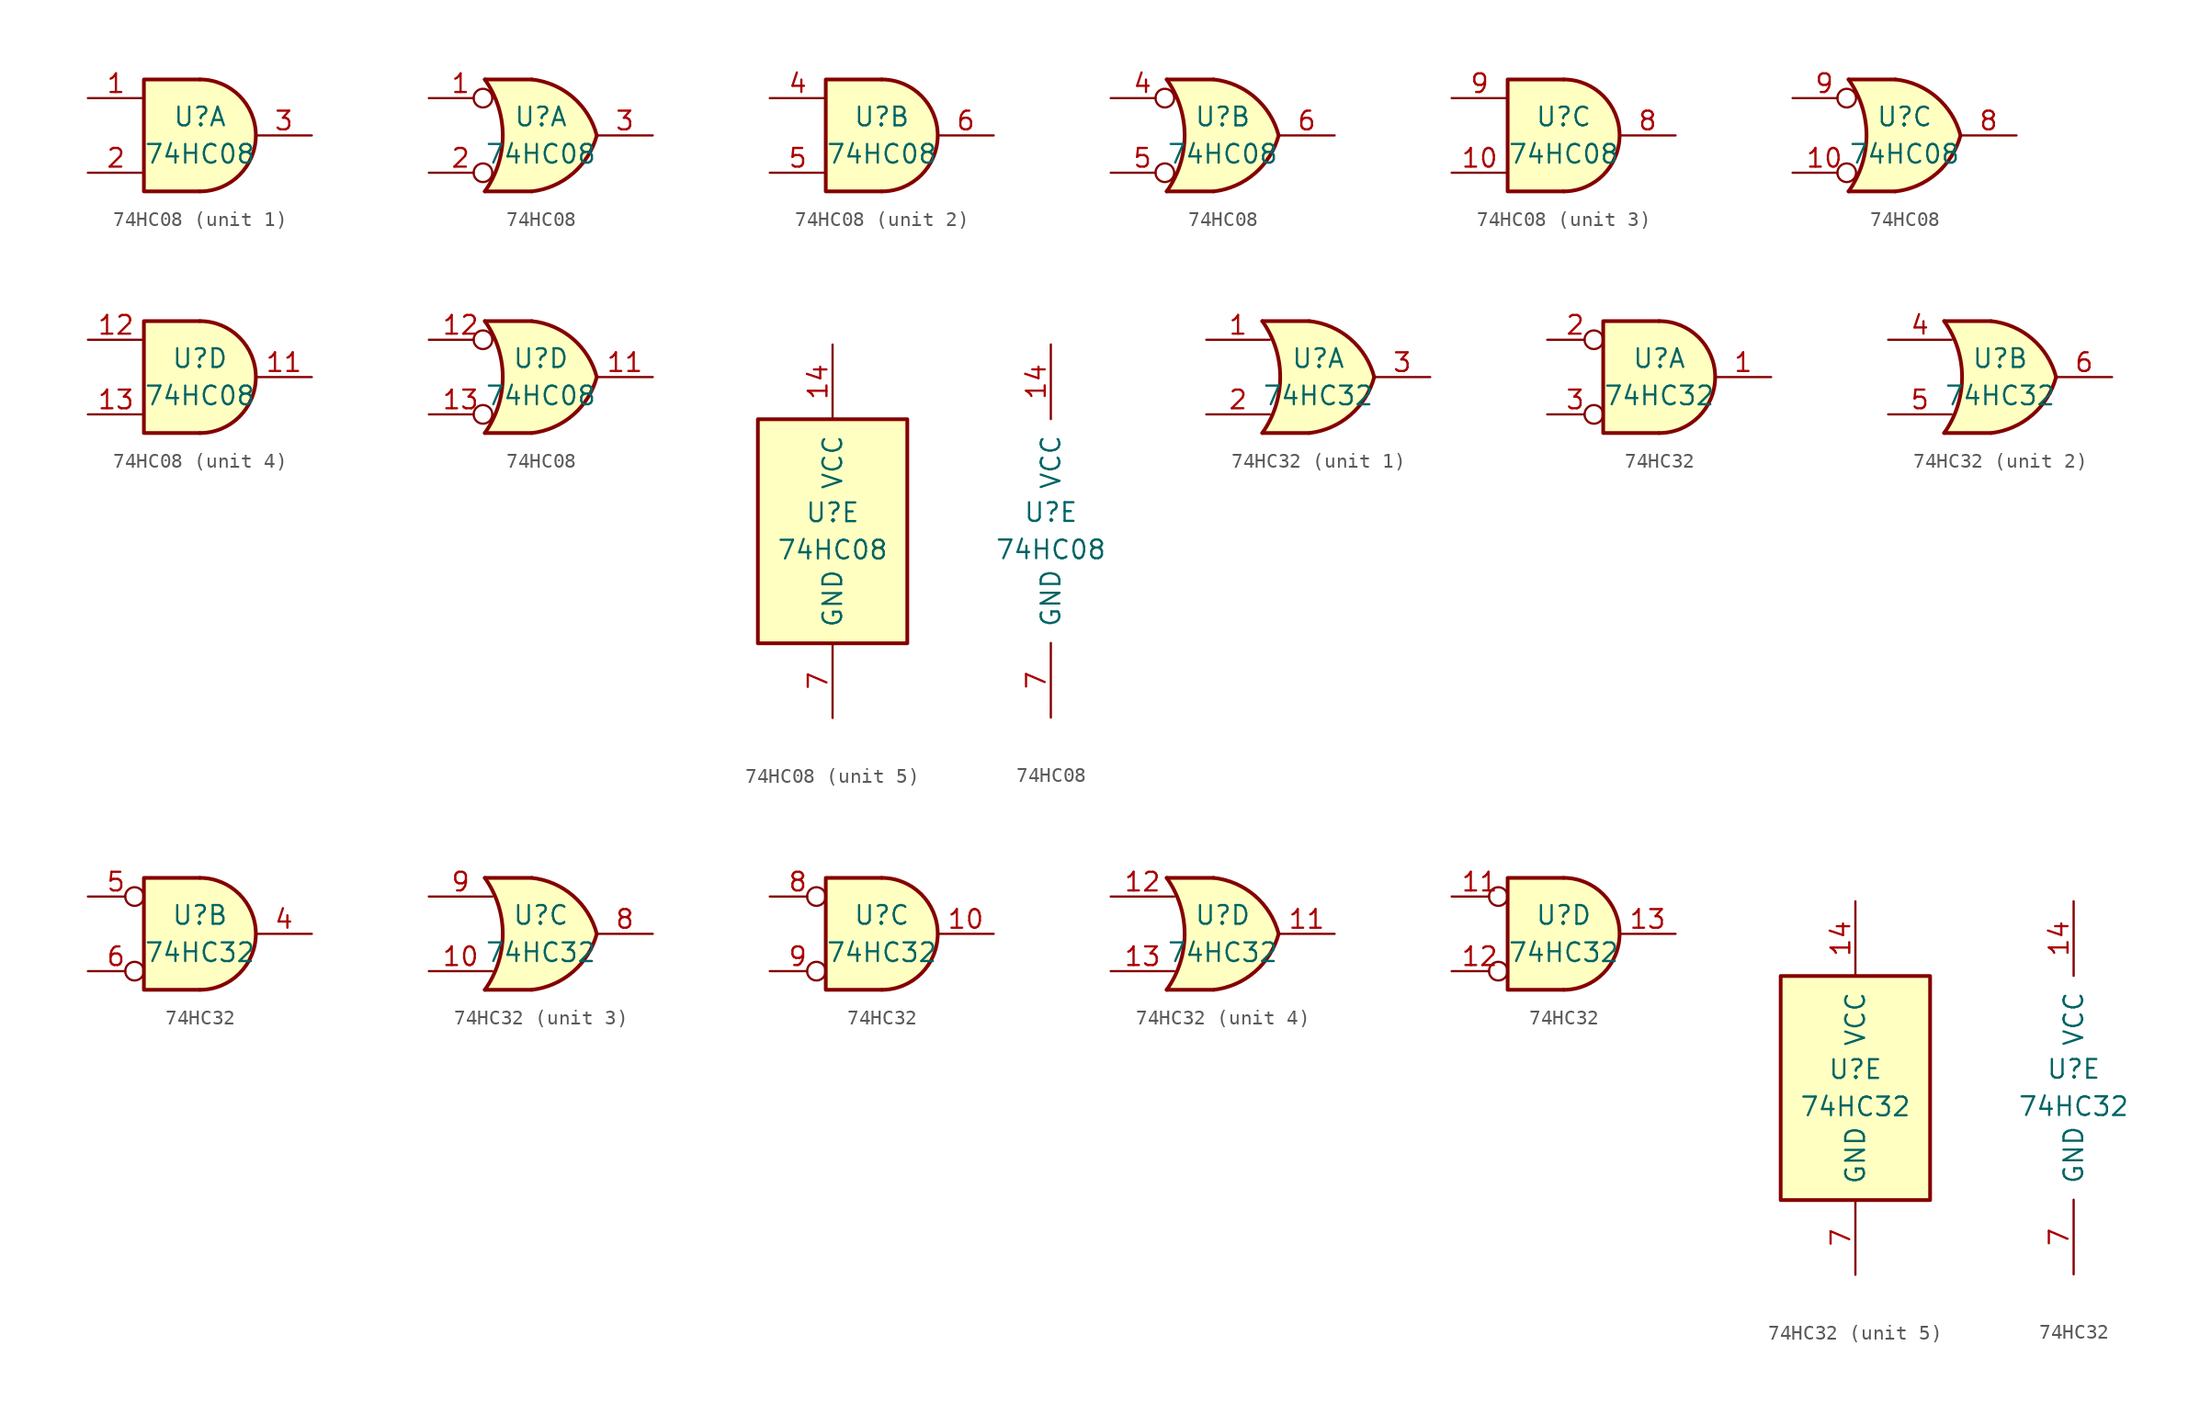
<source format=kicad_sym>
(kicad_symbol_lib
  (version 20220914)
  (generator kicad_symbol_editor)
  (symbol "74HC08"
    (pin_names
      (offset 1.016))
    (property "Reference" "U"
      (at 0 1.27 0)
      (effects (font (size 1.27 1.27))))
    (property "Value" "74HC08"
      (at 0 -1.27 0)
      (effects (font (size 1.27 1.27))))
    (property "ki_locked" ""
      (at 0 0 0)
      (effects (font (size 1.27 1.27))))
    (symbol "74HC08_1_1"
      (arc (start 0 -3.81) (mid 3.7934 0) (end 0 3.81) (stroke (width 0.254) (type solid)) (fill (type background)))
      (polyline (pts (xy 0 3.81) (xy -3.81 3.81) (xy -3.81 -3.81) (xy 0 -3.81)) (stroke (width 0.254) (type solid)) (fill (type background)))
      (pin input line (at -7.62 2.54 0) (length 3.81) (name "~" (effects (font (size 1.27 1.27)))) (number "1" (effects (font (size 1.27 1.27)))))
      (pin input line (at -7.62 -2.54 0) (length 3.81) (name "~" (effects (font (size 1.27 1.27)))) (number "2" (effects (font (size 1.27 1.27)))))
      (pin output line (at 7.62 0 180) (length 3.81) (name "~" (effects (font (size 1.27 1.27)))) (number "3" (effects (font (size 1.27 1.27))))))
    (symbol "74HC08_1_2"
      (arc (start -3.81 -3.81) (mid -2.589 0) (end -3.81 3.81) (stroke (width 0.254) (type solid)) (fill (type none)))
      (arc (start -0.6096 -3.81) (mid 2.1842 -2.5851) (end 3.81 0) (stroke (width 0.254) (type solid)) (fill (type background)))
      (polyline (pts (xy -3.81 -3.81) (xy -0.635 -3.81)) (stroke (width 0.254) (type solid)) (fill (type background)))
      (polyline (pts (xy -3.81 3.81) (xy -0.635 3.81)) (stroke (width 0.254) (type solid)) (fill (type background)))
      (polyline (pts (xy -0.635 3.81) (xy -3.81 3.81) (xy -3.81 3.81) (xy -3.556 3.404) (xy -3.023 2.261) (xy -2.692 1.041) (xy -2.616 -0.254) (xy -2.769 -1.499) (xy -3.175 -2.718) (xy -3.81 -3.81) (xy -3.81 -3.81) (xy -0.635 -3.81)) (stroke (width -25.4) (type solid)) (fill (type background)))
      (arc (start 3.81 0) (mid 2.1915 2.5936) (end -0.6096 3.81) (stroke (width 0.254) (type solid)) (fill (type background)))
      (pin input inverted (at -7.62 2.54 0) (length 4.318) (name "~" (effects (font (size 1.27 1.27)))) (number "1" (effects (font (size 1.27 1.27)))))
      (pin input inverted (at -7.62 -2.54 0) (length 4.318) (name "~" (effects (font (size 1.27 1.27)))) (number "2" (effects (font (size 1.27 1.27)))))
      (pin output line (at 7.62 0 180) (length 3.81) (name "~" (effects (font (size 1.27 1.27)))) (number "3" (effects (font (size 1.27 1.27))))))
    (symbol "74HC08_2_1"
      (arc (start 0 -3.81) (mid 3.7934 0) (end 0 3.81) (stroke (width 0.254) (type solid)) (fill (type background)))
      (polyline (pts (xy 0 3.81) (xy -3.81 3.81) (xy -3.81 -3.81) (xy 0 -3.81)) (stroke (width 0.254) (type solid)) (fill (type background)))
      (pin input line (at -7.62 2.54 0) (length 3.81) (name "~" (effects (font (size 1.27 1.27)))) (number "4" (effects (font (size 1.27 1.27)))))
      (pin input line (at -7.62 -2.54 0) (length 3.81) (name "~" (effects (font (size 1.27 1.27)))) (number "5" (effects (font (size 1.27 1.27)))))
      (pin output line (at 7.62 0 180) (length 3.81) (name "~" (effects (font (size 1.27 1.27)))) (number "6" (effects (font (size 1.27 1.27))))))
    (symbol "74HC08_2_2"
      (arc (start -3.81 -3.81) (mid -2.589 0) (end -3.81 3.81) (stroke (width 0.254) (type solid)) (fill (type none)))
      (arc (start -0.6096 -3.81) (mid 2.1842 -2.5851) (end 3.81 0) (stroke (width 0.254) (type solid)) (fill (type background)))
      (polyline (pts (xy -3.81 -3.81) (xy -0.635 -3.81)) (stroke (width 0.254) (type solid)) (fill (type background)))
      (polyline (pts (xy -3.81 3.81) (xy -0.635 3.81)) (stroke (width 0.254) (type solid)) (fill (type background)))
      (polyline (pts (xy -0.635 3.81) (xy -3.81 3.81) (xy -3.81 3.81) (xy -3.556 3.404) (xy -3.023 2.261) (xy -2.692 1.041) (xy -2.616 -0.254) (xy -2.769 -1.499) (xy -3.175 -2.718) (xy -3.81 -3.81) (xy -3.81 -3.81) (xy -0.635 -3.81)) (stroke (width -25.4) (type solid)) (fill (type background)))
      (arc (start 3.81 0) (mid 2.1915 2.5936) (end -0.6096 3.81) (stroke (width 0.254) (type solid)) (fill (type background)))
      (pin input inverted (at -7.62 2.54 0) (length 4.318) (name "~" (effects (font (size 1.27 1.27)))) (number "4" (effects (font (size 1.27 1.27)))))
      (pin input inverted (at -7.62 -2.54 0) (length 4.318) (name "~" (effects (font (size 1.27 1.27)))) (number "5" (effects (font (size 1.27 1.27)))))
      (pin output line (at 7.62 0 180) (length 3.81) (name "~" (effects (font (size 1.27 1.27)))) (number "6" (effects (font (size 1.27 1.27))))))
    (symbol "74HC08_3_1"
      (arc (start 0 -3.81) (mid 3.7934 0) (end 0 3.81) (stroke (width 0.254) (type solid)) (fill (type background)))
      (polyline (pts (xy 0 3.81) (xy -3.81 3.81) (xy -3.81 -3.81) (xy 0 -3.81)) (stroke (width 0.254) (type solid)) (fill (type background)))
      (pin input line (at -7.62 -2.54 0) (length 3.81) (name "~" (effects (font (size 1.27 1.27)))) (number "10" (effects (font (size 1.27 1.27)))))
      (pin output line (at 7.62 0 180) (length 3.81) (name "~" (effects (font (size 1.27 1.27)))) (number "8" (effects (font (size 1.27 1.27)))))
      (pin input line (at -7.62 2.54 0) (length 3.81) (name "~" (effects (font (size 1.27 1.27)))) (number "9" (effects (font (size 1.27 1.27))))))
    (symbol "74HC08_3_2"
      (arc (start -3.81 -3.81) (mid -2.589 0) (end -3.81 3.81) (stroke (width 0.254) (type solid)) (fill (type none)))
      (arc (start -0.6096 -3.81) (mid 2.1842 -2.5851) (end 3.81 0) (stroke (width 0.254) (type solid)) (fill (type background)))
      (polyline (pts (xy -3.81 -3.81) (xy -0.635 -3.81)) (stroke (width 0.254) (type solid)) (fill (type background)))
      (polyline (pts (xy -3.81 3.81) (xy -0.635 3.81)) (stroke (width 0.254) (type solid)) (fill (type background)))
      (polyline (pts (xy -0.635 3.81) (xy -3.81 3.81) (xy -3.81 3.81) (xy -3.556 3.404) (xy -3.023 2.261) (xy -2.692 1.041) (xy -2.616 -0.254) (xy -2.769 -1.499) (xy -3.175 -2.718) (xy -3.81 -3.81) (xy -3.81 -3.81) (xy -0.635 -3.81)) (stroke (width -25.4) (type solid)) (fill (type background)))
      (arc (start 3.81 0) (mid 2.1915 2.5936) (end -0.6096 3.81) (stroke (width 0.254) (type solid)) (fill (type background)))
      (pin input inverted (at -7.62 -2.54 0) (length 4.318) (name "~" (effects (font (size 1.27 1.27)))) (number "10" (effects (font (size 1.27 1.27)))))
      (pin output line (at 7.62 0 180) (length 3.81) (name "~" (effects (font (size 1.27 1.27)))) (number "8" (effects (font (size 1.27 1.27)))))
      (pin input inverted (at -7.62 2.54 0) (length 4.318) (name "~" (effects (font (size 1.27 1.27)))) (number "9" (effects (font (size 1.27 1.27))))))
    (symbol "74HC08_4_1"
      (arc (start 0 -3.81) (mid 3.7934 0) (end 0 3.81) (stroke (width 0.254) (type solid)) (fill (type background)))
      (polyline (pts (xy 0 3.81) (xy -3.81 3.81) (xy -3.81 -3.81) (xy 0 -3.81)) (stroke (width 0.254) (type solid)) (fill (type background)))
      (pin output line (at 7.62 0 180) (length 3.81) (name "~" (effects (font (size 1.27 1.27)))) (number "11" (effects (font (size 1.27 1.27)))))
      (pin input line (at -7.62 2.54 0) (length 3.81) (name "~" (effects (font (size 1.27 1.27)))) (number "12" (effects (font (size 1.27 1.27)))))
      (pin input line (at -7.62 -2.54 0) (length 3.81) (name "~" (effects (font (size 1.27 1.27)))) (number "13" (effects (font (size 1.27 1.27))))))
    (symbol "74HC08_4_2"
      (arc (start -3.81 -3.81) (mid -2.589 0) (end -3.81 3.81) (stroke (width 0.254) (type solid)) (fill (type none)))
      (arc (start -0.6096 -3.81) (mid 2.1842 -2.5851) (end 3.81 0) (stroke (width 0.254) (type solid)) (fill (type background)))
      (polyline (pts (xy -3.81 -3.81) (xy -0.635 -3.81)) (stroke (width 0.254) (type solid)) (fill (type background)))
      (polyline (pts (xy -3.81 3.81) (xy -0.635 3.81)) (stroke (width 0.254) (type solid)) (fill (type background)))
      (polyline (pts (xy -0.635 3.81) (xy -3.81 3.81) (xy -3.81 3.81) (xy -3.556 3.404) (xy -3.023 2.261) (xy -2.692 1.041) (xy -2.616 -0.254) (xy -2.769 -1.499) (xy -3.175 -2.718) (xy -3.81 -3.81) (xy -3.81 -3.81) (xy -0.635 -3.81)) (stroke (width -25.4) (type solid)) (fill (type background)))
      (arc (start 3.81 0) (mid 2.1915 2.5936) (end -0.6096 3.81) (stroke (width 0.254) (type solid)) (fill (type background)))
      (pin output line (at 7.62 0 180) (length 3.81) (name "~" (effects (font (size 1.27 1.27)))) (number "11" (effects (font (size 1.27 1.27)))))
      (pin input inverted (at -7.62 2.54 0) (length 4.318) (name "~" (effects (font (size 1.27 1.27)))) (number "12" (effects (font (size 1.27 1.27)))))
      (pin input inverted (at -7.62 -2.54 0) (length 4.318) (name "~" (effects (font (size 1.27 1.27)))) (number "13" (effects (font (size 1.27 1.27))))))
    (symbol "74HC08_5_0"
      (pin power_in line (at 0 12.7 270) (length 5.08) (name "VCC" (effects (font (size 1.27 1.27)))) (number "14" (effects (font (size 1.27 1.27)))))
      (pin power_in line (at 0 -12.7 90) (length 5.08) (name "GND" (effects (font (size 1.27 1.27)))) (number "7" (effects (font (size 1.27 1.27))))))
    (symbol "74HC08_5_1"
      (rectangle (start -5.08 7.62) (end 5.08 -7.62) (stroke (width 0.254) (type solid)) (fill (type background)))))
  (symbol "74HC32"
    (pin_names
      (offset 1.016))
    (property "Reference" "U"
      (at 0 1.27 0)
      (effects (font (size 1.27 1.27))))
    (property "Value" "74HC32"
      (at 0 -1.27 0)
      (effects (font (size 1.27 1.27))))
    (property "ki_locked" ""
      (at 0 0 0)
      (effects (font (size 1.27 1.27))))
    (symbol "74HC32_1_1"
      (arc (start -3.81 -3.81) (mid -2.589 0) (end -3.81 3.81) (stroke (width 0.254) (type solid)) (fill (type none)))
      (arc (start -0.6096 -3.81) (mid 2.1842 -2.5851) (end 3.81 0) (stroke (width 0.254) (type solid)) (fill (type background)))
      (polyline (pts (xy -3.81 -3.81) (xy -0.635 -3.81)) (stroke (width 0.254) (type solid)) (fill (type background)))
      (polyline (pts (xy -3.81 3.81) (xy -0.635 3.81)) (stroke (width 0.254) (type solid)) (fill (type background)))
      (polyline (pts (xy -0.635 3.81) (xy -3.81 3.81) (xy -3.81 3.81) (xy -3.556 3.404) (xy -3.023 2.261) (xy -2.692 1.041) (xy -2.616 -0.254) (xy -2.769 -1.499) (xy -3.175 -2.718) (xy -3.81 -3.81) (xy -3.81 -3.81) (xy -0.635 -3.81)) (stroke (width -25.4) (type solid)) (fill (type background)))
      (arc (start 3.81 0) (mid 2.1915 2.5936) (end -0.6096 3.81) (stroke (width 0.254) (type solid)) (fill (type background)))
      (pin input line (at -7.62 2.54 0) (length 4.318) (name "~" (effects (font (size 1.27 1.27)))) (number "1" (effects (font (size 1.27 1.27)))))
      (pin input line (at -7.62 -2.54 0) (length 4.318) (name "~" (effects (font (size 1.27 1.27)))) (number "2" (effects (font (size 1.27 1.27)))))
      (pin output line (at 7.62 0 180) (length 3.81) (name "~" (effects (font (size 1.27 1.27)))) (number "3" (effects (font (size 1.27 1.27))))))
    (symbol "74HC32_1_2"
      (arc (start 0 -3.81) (mid 3.7934 0) (end 0 3.81) (stroke (width 0.254) (type solid)) (fill (type background)))
      (polyline (pts (xy 0 3.81) (xy -3.81 3.81) (xy -3.81 -3.81) (xy 0 -3.81)) (stroke (width 0.254) (type solid)) (fill (type background)))
      (pin output line (at 7.62 0 180) (length 3.81) (name "~" (effects (font (size 1.27 1.27)))) (number "1" (effects (font (size 1.27 1.27)))))
      (pin input inverted (at -7.62 2.54 0) (length 3.81) (name "~" (effects (font (size 1.27 1.27)))) (number "2" (effects (font (size 1.27 1.27)))))
      (pin input inverted (at -7.62 -2.54 0) (length 3.81) (name "~" (effects (font (size 1.27 1.27)))) (number "3" (effects (font (size 1.27 1.27))))))
    (symbol "74HC32_2_1"
      (arc (start -3.81 -3.81) (mid -2.589 0) (end -3.81 3.81) (stroke (width 0.254) (type solid)) (fill (type none)))
      (arc (start -0.6096 -3.81) (mid 2.1842 -2.5851) (end 3.81 0) (stroke (width 0.254) (type solid)) (fill (type background)))
      (polyline (pts (xy -3.81 -3.81) (xy -0.635 -3.81)) (stroke (width 0.254) (type solid)) (fill (type background)))
      (polyline (pts (xy -3.81 3.81) (xy -0.635 3.81)) (stroke (width 0.254) (type solid)) (fill (type background)))
      (polyline (pts (xy -0.635 3.81) (xy -3.81 3.81) (xy -3.81 3.81) (xy -3.556 3.404) (xy -3.023 2.261) (xy -2.692 1.041) (xy -2.616 -0.254) (xy -2.769 -1.499) (xy -3.175 -2.718) (xy -3.81 -3.81) (xy -3.81 -3.81) (xy -0.635 -3.81)) (stroke (width -25.4) (type solid)) (fill (type background)))
      (arc (start 3.81 0) (mid 2.1915 2.5936) (end -0.6096 3.81) (stroke (width 0.254) (type solid)) (fill (type background)))
      (pin input line (at -7.62 2.54 0) (length 4.318) (name "~" (effects (font (size 1.27 1.27)))) (number "4" (effects (font (size 1.27 1.27)))))
      (pin input line (at -7.62 -2.54 0) (length 4.318) (name "~" (effects (font (size 1.27 1.27)))) (number "5" (effects (font (size 1.27 1.27)))))
      (pin output line (at 7.62 0 180) (length 3.81) (name "~" (effects (font (size 1.27 1.27)))) (number "6" (effects (font (size 1.27 1.27))))))
    (symbol "74HC32_2_2"
      (arc (start 0 -3.81) (mid 3.7934 0) (end 0 3.81) (stroke (width 0.254) (type solid)) (fill (type background)))
      (polyline (pts (xy 0 3.81) (xy -3.81 3.81) (xy -3.81 -3.81) (xy 0 -3.81)) (stroke (width 0.254) (type solid)) (fill (type background)))
      (pin output line (at 7.62 0 180) (length 3.81) (name "~" (effects (font (size 1.27 1.27)))) (number "4" (effects (font (size 1.27 1.27)))))
      (pin input inverted (at -7.62 2.54 0) (length 3.81) (name "~" (effects (font (size 1.27 1.27)))) (number "5" (effects (font (size 1.27 1.27)))))
      (pin input inverted (at -7.62 -2.54 0) (length 3.81) (name "~" (effects (font (size 1.27 1.27)))) (number "6" (effects (font (size 1.27 1.27))))))
    (symbol "74HC32_3_1"
      (arc (start -3.81 -3.81) (mid -2.589 0) (end -3.81 3.81) (stroke (width 0.254) (type solid)) (fill (type none)))
      (arc (start -0.6096 -3.81) (mid 2.1842 -2.5851) (end 3.81 0) (stroke (width 0.254) (type solid)) (fill (type background)))
      (polyline (pts (xy -3.81 -3.81) (xy -0.635 -3.81)) (stroke (width 0.254) (type solid)) (fill (type background)))
      (polyline (pts (xy -3.81 3.81) (xy -0.635 3.81)) (stroke (width 0.254) (type solid)) (fill (type background)))
      (polyline (pts (xy -0.635 3.81) (xy -3.81 3.81) (xy -3.81 3.81) (xy -3.556 3.404) (xy -3.023 2.261) (xy -2.692 1.041) (xy -2.616 -0.254) (xy -2.769 -1.499) (xy -3.175 -2.718) (xy -3.81 -3.81) (xy -3.81 -3.81) (xy -0.635 -3.81)) (stroke (width -25.4) (type solid)) (fill (type background)))
      (arc (start 3.81 0) (mid 2.1915 2.5936) (end -0.6096 3.81) (stroke (width 0.254) (type solid)) (fill (type background)))
      (pin input line (at -7.62 -2.54 0) (length 4.318) (name "~" (effects (font (size 1.27 1.27)))) (number "10" (effects (font (size 1.27 1.27)))))
      (pin output line (at 7.62 0 180) (length 3.81) (name "~" (effects (font (size 1.27 1.27)))) (number "8" (effects (font (size 1.27 1.27)))))
      (pin input line (at -7.62 2.54 0) (length 4.318) (name "~" (effects (font (size 1.27 1.27)))) (number "9" (effects (font (size 1.27 1.27))))))
    (symbol "74HC32_3_2"
      (arc (start 0 -3.81) (mid 3.7934 0) (end 0 3.81) (stroke (width 0.254) (type solid)) (fill (type background)))
      (polyline (pts (xy 0 3.81) (xy -3.81 3.81) (xy -3.81 -3.81) (xy 0 -3.81)) (stroke (width 0.254) (type solid)) (fill (type background)))
      (pin output line (at 7.62 0 180) (length 3.81) (name "~" (effects (font (size 1.27 1.27)))) (number "10" (effects (font (size 1.27 1.27)))))
      (pin input inverted (at -7.62 2.54 0) (length 3.81) (name "~" (effects (font (size 1.27 1.27)))) (number "8" (effects (font (size 1.27 1.27)))))
      (pin input inverted (at -7.62 -2.54 0) (length 3.81) (name "~" (effects (font (size 1.27 1.27)))) (number "9" (effects (font (size 1.27 1.27))))))
    (symbol "74HC32_4_1"
      (arc (start -3.81 -3.81) (mid -2.589 0) (end -3.81 3.81) (stroke (width 0.254) (type solid)) (fill (type none)))
      (arc (start -0.6096 -3.81) (mid 2.1842 -2.5851) (end 3.81 0) (stroke (width 0.254) (type solid)) (fill (type background)))
      (polyline (pts (xy -3.81 -3.81) (xy -0.635 -3.81)) (stroke (width 0.254) (type solid)) (fill (type background)))
      (polyline (pts (xy -3.81 3.81) (xy -0.635 3.81)) (stroke (width 0.254) (type solid)) (fill (type background)))
      (polyline (pts (xy -0.635 3.81) (xy -3.81 3.81) (xy -3.81 3.81) (xy -3.556 3.404) (xy -3.023 2.261) (xy -2.692 1.041) (xy -2.616 -0.254) (xy -2.769 -1.499) (xy -3.175 -2.718) (xy -3.81 -3.81) (xy -3.81 -3.81) (xy -0.635 -3.81)) (stroke (width -25.4) (type solid)) (fill (type background)))
      (arc (start 3.81 0) (mid 2.1915 2.5936) (end -0.6096 3.81) (stroke (width 0.254) (type solid)) (fill (type background)))
      (pin output line (at 7.62 0 180) (length 3.81) (name "~" (effects (font (size 1.27 1.27)))) (number "11" (effects (font (size 1.27 1.27)))))
      (pin input line (at -7.62 2.54 0) (length 4.318) (name "~" (effects (font (size 1.27 1.27)))) (number "12" (effects (font (size 1.27 1.27)))))
      (pin input line (at -7.62 -2.54 0) (length 4.318) (name "~" (effects (font (size 1.27 1.27)))) (number "13" (effects (font (size 1.27 1.27))))))
    (symbol "74HC32_4_2"
      (arc (start 0 -3.81) (mid 3.7934 0) (end 0 3.81) (stroke (width 0.254) (type solid)) (fill (type background)))
      (polyline (pts (xy 0 3.81) (xy -3.81 3.81) (xy -3.81 -3.81) (xy 0 -3.81)) (stroke (width 0.254) (type solid)) (fill (type background)))
      (pin input inverted (at -7.62 2.54 0) (length 3.81) (name "~" (effects (font (size 1.27 1.27)))) (number "11" (effects (font (size 1.27 1.27)))))
      (pin input inverted (at -7.62 -2.54 0) (length 3.81) (name "~" (effects (font (size 1.27 1.27)))) (number "12" (effects (font (size 1.27 1.27)))))
      (pin output line (at 7.62 0 180) (length 3.81) (name "~" (effects (font (size 1.27 1.27)))) (number "13" (effects (font (size 1.27 1.27))))))
    (symbol "74HC32_5_0"
      (pin power_in line (at 0 12.7 270) (length 5.08) (name "VCC" (effects (font (size 1.27 1.27)))) (number "14" (effects (font (size 1.27 1.27)))))
      (pin power_in line (at 0 -12.7 90) (length 5.08) (name "GND" (effects (font (size 1.27 1.27)))) (number "7" (effects (font (size 1.27 1.27))))))
    (symbol "74HC32_5_1"
      (rectangle (start -5.08 7.62) (end 5.08 -7.62) (stroke (width 0.254) (type solid)) (fill (type background))))))
</source>
